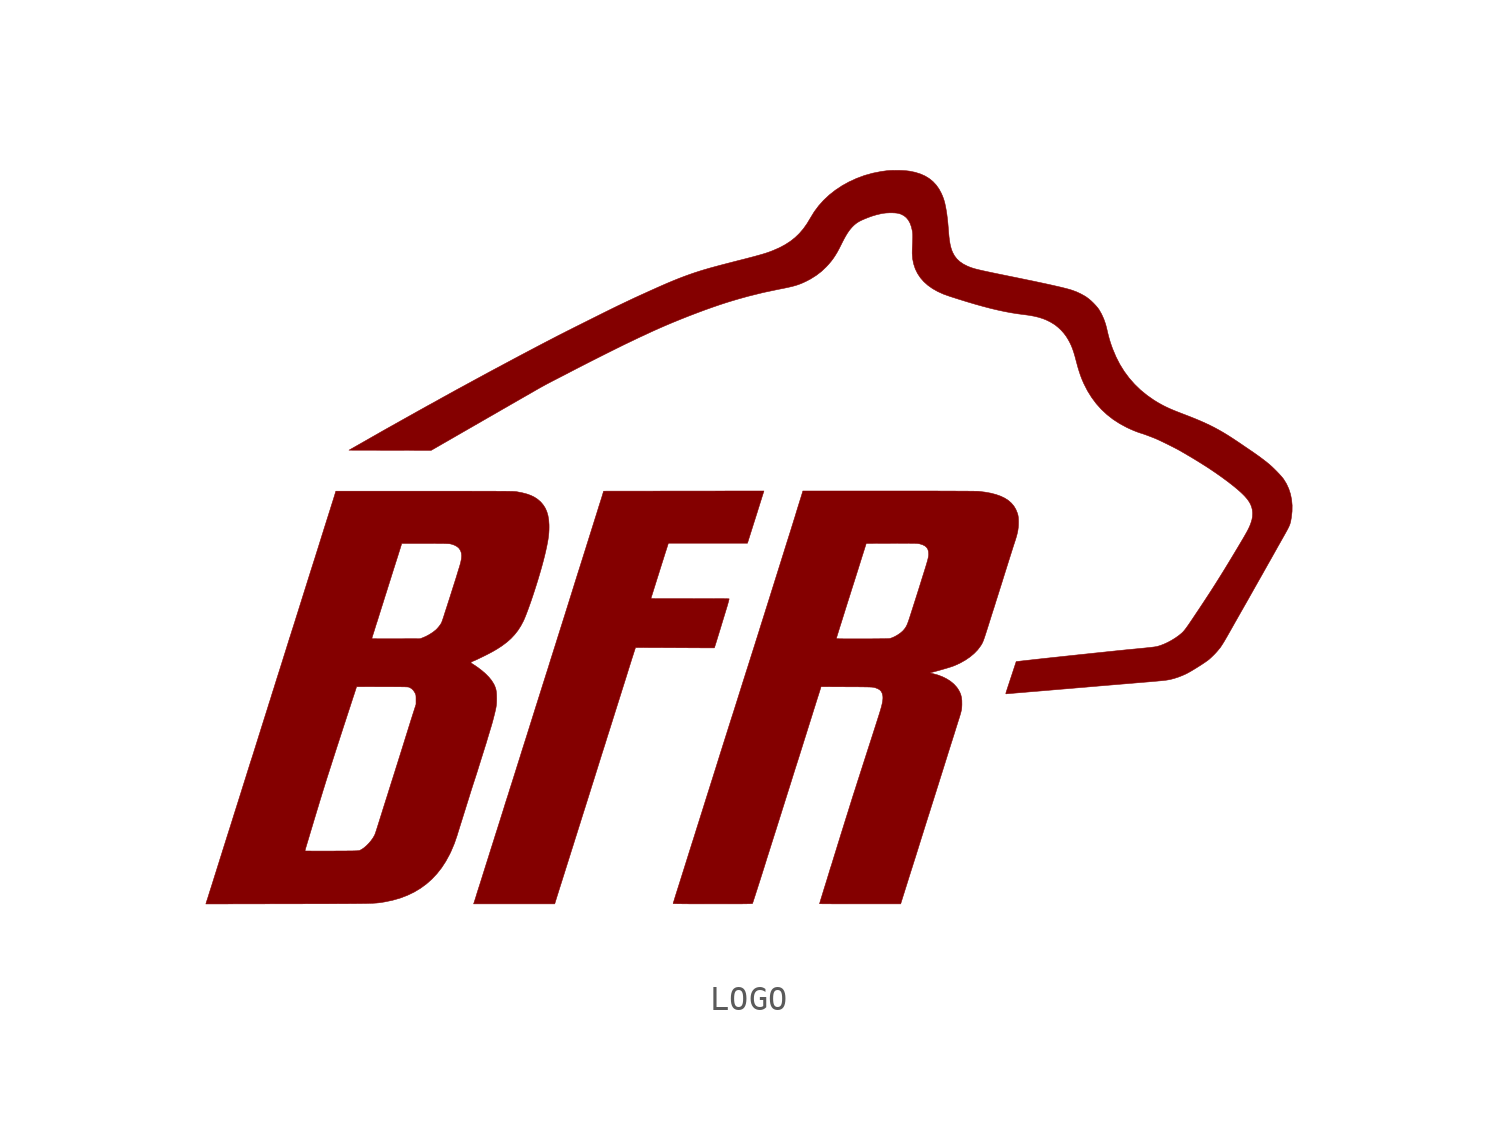
<source format=kicad_sym>
(kicad_symbol_lib
  (version 20220914)
  (generator "bitmap2component")
  (generator_version "9.0")
  (symbol "LOGO"
    (pin_names
      (offset 1.016))
    (property "Reference" "#G"
      (at 0 14.376 0)
      (effects (font (size 1.27 1.27)) hide))
    (symbol "LOGO_0_0"
      (polyline (pts (xy -18.854 -14.993) (xy -18.62 -14.993) (xy -18.268 -14.992) (xy -17.942 -14.991) (xy -17.64 -14.991) (xy -17.363 -14.99) (xy -17.108 -14.989) (xy -16.875 -14.989) (xy -16.662 -14.988) (xy -16.468 -14.987) (xy -16.293 -14.986) (xy -16.135 -14.985) (xy -15.992 -14.983) (xy -15.865 -14.982) (xy -15.751 -14.98) (xy -15.65 -14.979) (xy -15.56 -14.976) (xy -15.48 -14.974) (xy -15.41 -14.972) (xy -15.348 -14.969) (xy -15.292 -14.965) (xy -15.243 -14.962) (xy -15.198 -14.958) (xy -15.156 -14.954) (xy -15.117 -14.949) (xy -15.079 -14.944) (xy -15.042 -14.939) (xy -15.003 -14.933) (xy -14.962 -14.926) (xy -14.904 -14.917) (xy -14.575 -14.849) (xy -14.264 -14.76) (xy -13.97 -14.648) (xy -13.693 -14.515) (xy -13.434 -14.36) (xy -13.192 -14.183) (xy -12.967 -13.984) (xy -12.76 -13.763) (xy -12.569 -13.52) (xy -12.397 -13.256) (xy -12.241 -12.969) (xy -12.187 -12.857) (xy -12.049 -12.532) (xy -11.934 -12.197) (xy -11.929 -12.181) (xy -11.914 -12.13) (xy -11.891 -12.056) (xy -11.862 -11.963) (xy -11.828 -11.854) (xy -11.79 -11.732) (xy -11.748 -11.6) (xy -11.705 -11.461) (xy -11.66 -11.318) (xy -11.636 -11.24) (xy -11.592 -11.101) (xy -11.552 -10.971) (xy -11.514 -10.85) (xy -11.48 -10.742) (xy -11.451 -10.65) (xy -11.428 -10.576) (xy -11.412 -10.523) (xy -11.403 -10.494) (xy -11.4 -10.484) (xy -11.386 -10.44) (xy -11.366 -10.376) (xy -11.34 -10.295) (xy -11.31 -10.201) (xy -11.277 -10.098) (xy -11.242 -9.991) (xy -11.229 -9.95) (xy -11.194 -9.844) (xy -11.162 -9.744) (xy -11.133 -9.655) (xy -11.109 -9.579) (xy -11.091 -9.523) (xy -11.081 -9.488) (xy -11.08 -9.485) (xy -11.062 -9.428) (xy -11.041 -9.359) (xy -11.02 -9.293) (xy -11.02 -9.293) (xy -11.004 -9.243) (xy -10.983 -9.174) (xy -10.957 -9.091) (xy -10.928 -9) (xy -10.899 -8.909) (xy -10.899 -8.907) (xy -10.87 -8.816) (xy -10.842 -8.727) (xy -10.817 -8.646) (xy -10.796 -8.579) (xy -10.781 -8.532) (xy -10.779 -8.527) (xy -10.761 -8.469) (xy -10.744 -8.416) (xy -10.733 -8.378) (xy -10.73 -8.366) (xy -10.717 -8.323) (xy -10.699 -8.261) (xy -10.676 -8.184) (xy -10.649 -8.095) (xy -10.62 -8) (xy -10.591 -7.903) (xy -10.562 -7.809) (xy -10.536 -7.722) (xy -10.534 -7.714) (xy -10.502 -7.605) (xy -10.468 -7.48) (xy -10.434 -7.348) (xy -10.401 -7.218) (xy -10.373 -7.098) (xy -10.351 -6.996) (xy -10.347 -6.975) (xy -10.336 -6.907) (xy -10.328 -6.842) (xy -10.323 -6.771) (xy -10.32 -6.688) (xy -10.319 -6.584) (xy -10.32 -6.555) (xy -10.322 -6.436) (xy -10.33 -6.337) (xy -10.343 -6.252) (xy -10.364 -6.174) (xy -10.393 -6.096) (xy -10.431 -6.014) (xy -10.441 -5.997) (xy -10.522 -5.867) (xy -10.629 -5.734) (xy -10.76 -5.599) (xy -10.914 -5.464) (xy -11.089 -5.33) (xy -11.284 -5.199) (xy -11.298 -5.191) (xy -11.342 -5.161) (xy -11.366 -5.14) (xy -11.369 -5.122) (xy -11.35 -5.105) (xy -11.307 -5.084) (xy -11.24 -5.055) (xy -11.217 -5.046) (xy -11.143 -5.013) (xy -11.053 -4.97) (xy -10.951 -4.921) (xy -10.844 -4.869) (xy -10.737 -4.816) (xy -10.636 -4.764) (xy -10.547 -4.717) (xy -10.475 -4.678) (xy -10.305 -4.579) (xy -10.091 -4.439) (xy -9.901 -4.296) (xy -9.733 -4.147) (xy -9.585 -3.989) (xy -9.453 -3.821) (xy -9.335 -3.639) (xy -9.23 -3.442) (xy -9.195 -3.366) (xy -9.145 -3.247) (xy -9.09 -3.106) (xy -9.03 -2.946) (xy -8.967 -2.771) (xy -8.901 -2.583) (xy -8.834 -2.384) (xy -8.767 -2.179) (xy -8.7 -1.969) (xy -8.634 -1.758) (xy -8.572 -1.549) (xy -8.512 -1.345) (xy -8.457 -1.148) (xy -8.407 -0.962) (xy -8.363 -0.789) (xy -8.362 -0.786) (xy -8.314 -0.582) (xy -8.274 -0.401) (xy -8.242 -0.239) (xy -8.216 -0.092) (xy -8.198 0.042) (xy -8.185 0.169) (xy -8.178 0.29) (xy -8.176 0.411) (xy -8.177 0.508) (xy -8.191 0.703) (xy -8.22 0.877) (xy -8.265 1.034) (xy -8.326 1.175) (xy -8.405 1.303) (xy -8.502 1.42) (xy -8.534 1.453) (xy -8.648 1.55) (xy -8.776 1.634) (xy -8.922 1.705) (xy -9.088 1.764) (xy -9.276 1.813) (xy -9.488 1.853) (xy -9.493 1.854) (xy -9.511 1.856) (xy -9.531 1.859) (xy -9.553 1.861) (xy -9.58 1.863) (xy -9.612 1.865) (xy -9.649 1.867) (xy -9.694 1.868) (xy -9.747 1.869) (xy -9.809 1.871) (xy -9.881 1.872) (xy -9.964 1.873) (xy -10.06 1.874) (xy -10.169 1.875) (xy -10.292 1.875) (xy -10.431 1.876) (xy -10.586 1.876) (xy -10.758 1.877) (xy -10.95 1.877) (xy -11.16 1.877) (xy -11.392 1.878) (xy -11.645 1.878) (xy -11.921 1.878) (xy -12.22 1.878) (xy -12.544 1.878) (xy -12.894 1.878) (xy -13.271 1.878) (xy -16.894 1.878) (xy -16.904 1.843) (xy -16.923 1.78) (xy -16.946 1.704) (xy -16.971 1.624) (xy -16.994 1.548) (xy -17.015 1.483) (xy -17.029 1.438) (xy -17.038 1.41) (xy -17.058 1.348) (xy -17.076 1.292) (xy -17.079 1.28) (xy -17.093 1.236) (xy -17.112 1.173) (xy -17.137 1.095) (xy -17.165 1.007) (xy -17.194 0.915) (xy -17.196 0.907) (xy -17.221 0.829) (xy -17.253 0.729) (xy -17.29 0.611) (xy -17.332 0.478) (xy -17.377 0.336) (xy -17.423 0.187) (xy -17.471 0.037) (xy -17.517 -0.112) (xy -17.535 -0.167) (xy -17.578 -0.306) (xy -17.619 -0.438) (xy -17.658 -0.56) (xy -17.693 -0.671) (xy -17.723 -0.767) (xy -17.747 -0.845) (xy -17.765 -0.902) (xy -17.776 -0.935) (xy -17.778 -0.942) (xy -17.802 -1.016) (xy -17.833 -1.114) (xy -17.871 -1.233) (xy -17.915 -1.371) (xy -17.964 -1.526) (xy -18.017 -1.694) (xy -18.073 -1.873) (xy -18.132 -2.061) (xy -18.193 -2.254) (xy -18.255 -2.451) (xy -18.317 -2.65) (xy -18.379 -2.846) (xy -18.439 -3.038) (xy -18.498 -3.224) (xy -18.553 -3.4) (xy -18.567 -3.446) (xy -18.593 -3.527) (xy -18.616 -3.6) (xy -18.635 -3.66) (xy -18.648 -3.7) (xy -18.649 -3.704) (xy -18.667 -3.758) (xy -18.688 -3.824) (xy -18.708 -3.889) (xy -18.73 -3.959) (xy -18.756 -4.04) (xy -18.779 -4.112) (xy -18.782 -4.123) (xy -18.791 -4.15) (xy -15.423 -4.15) (xy -15.42 -4.137) (xy -15.41 -4.102) (xy -15.395 -4.052) (xy -15.376 -3.992) (xy -15.366 -3.962) (xy -15.338 -3.874) (xy -15.309 -3.782) (xy -15.284 -3.7) (xy -15.271 -3.658) (xy -15.249 -3.587) (xy -15.229 -3.524) (xy -15.213 -3.477) (xy -15.2 -3.437) (xy -15.179 -3.372) (xy -15.16 -3.309) (xy -15.157 -3.301) (xy -15.144 -3.259) (xy -15.124 -3.195) (xy -15.098 -3.111) (xy -15.066 -3.011) (xy -15.031 -2.898) (xy -14.992 -2.776) (xy -14.951 -2.647) (xy -14.91 -2.514) (xy -14.868 -2.38) (xy -14.826 -2.25) (xy -14.787 -2.125) (xy -14.751 -2.01) (xy -14.718 -1.906) (xy -14.708 -1.873) (xy -14.674 -1.767) (xy -14.637 -1.651) (xy -14.602 -1.537) (xy -14.57 -1.438) (xy -14.56 -1.405) (xy -14.529 -1.305) (xy -14.495 -1.201) (xy -14.464 -1.102) (xy -14.438 -1.019) (xy -14.414 -0.947) (xy -14.385 -0.854) (xy -14.352 -0.751) (xy -14.319 -0.645) (xy -14.287 -0.544) (xy -14.198 -0.258) (xy -13.257 -0.258) (xy -13.229 -0.258) (xy -13.032 -0.258) (xy -12.862 -0.259) (xy -12.716 -0.26) (xy -12.592 -0.261) (xy -12.489 -0.262) (xy -12.404 -0.264) (xy -12.336 -0.267) (xy -12.283 -0.27) (xy -12.244 -0.273) (xy -12.216 -0.277) (xy -12.139 -0.296) (xy -12.041 -0.332) (xy -11.954 -0.378) (xy -11.886 -0.43) (xy -11.848 -0.471) (xy -11.794 -0.556) (xy -11.762 -0.654) (xy -11.751 -0.766) (xy -11.761 -0.894) (xy -11.791 -1.04) (xy -11.809 -1.106) (xy -11.828 -1.173) (xy -11.844 -1.228) (xy -11.855 -1.264) (xy -11.863 -1.286) (xy -11.879 -1.337) (xy -11.898 -1.399) (xy -11.918 -1.466) (xy -11.93 -1.504) (xy -11.953 -1.582) (xy -11.976 -1.657) (xy -11.995 -1.718) (xy -12.003 -1.742) (xy -12.021 -1.799) (xy -12.045 -1.874) (xy -12.073 -1.962) (xy -12.104 -2.059) (xy -12.135 -2.157) (xy -12.176 -2.287) (xy -12.228 -2.451) (xy -12.275 -2.598) (xy -12.317 -2.727) (xy -12.351 -2.835) (xy -12.379 -2.918) (xy -12.386 -2.941) (xy -12.403 -2.995) (xy -12.426 -3.064) (xy -12.451 -3.143) (xy -12.477 -3.226) (xy -12.495 -3.281) (xy -12.521 -3.359) (xy -12.545 -3.427) (xy -12.565 -3.48) (xy -12.579 -3.512) (xy -12.589 -3.53) (xy -12.634 -3.598) (xy -12.69 -3.671) (xy -12.751 -3.741) (xy -12.808 -3.797) (xy -12.928 -3.892) (xy -13.068 -3.982) (xy -13.214 -4.061) (xy -13.357 -4.121) (xy -13.447 -4.154) (xy -14.435 -4.158) (xy -14.514 -4.158) (xy -14.685 -4.159) (xy -14.843 -4.159) (xy -14.986 -4.158) (xy -15.112 -4.158) (xy -15.219 -4.157) (xy -15.306 -4.155) (xy -15.37 -4.154) (xy -15.409 -4.152) (xy -15.423 -4.15) (xy -18.791 -4.15) (xy -18.799 -4.175) (xy -18.822 -4.247) (xy -18.849 -4.335) (xy -18.881 -4.435) (xy -18.914 -4.542) (xy -18.948 -4.651) (xy -18.982 -4.758) (xy -19.013 -4.857) (xy -19.041 -4.945) (xy -19.063 -5.018) (xy -19.079 -5.069) (xy -19.085 -5.086) (xy -19.1 -5.135) (xy -19.122 -5.205) (xy -19.149 -5.29) (xy -19.18 -5.389) (xy -19.214 -5.495) (xy -19.249 -5.606) (xy -19.271 -5.675) (xy -19.305 -5.781) (xy -19.336 -5.88) (xy -19.363 -5.968) (xy -19.386 -6.04) (xy -19.402 -6.093) (xy -19.411 -6.123) (xy -19.419 -6.149) (xy -19.439 -6.211) (xy -19.458 -6.27) (xy -19.467 -6.296) (xy -19.485 -6.354) (xy -19.507 -6.423) (xy -19.528 -6.493) (xy -19.541 -6.535) (xy -19.563 -6.606) (xy -19.583 -6.67) (xy -19.599 -6.716) (xy -19.608 -6.745) (xy -19.628 -6.807) (xy -19.645 -6.863) (xy -19.649 -6.875) (xy -19.662 -6.919) (xy -19.682 -6.982) (xy -19.706 -7.06) (xy -19.734 -7.148) (xy -19.763 -7.24) (xy -19.766 -7.248) (xy -19.79 -7.326) (xy -19.822 -7.426) (xy -19.859 -7.544) (xy -19.901 -7.677) (xy -19.946 -7.819) (xy -19.992 -7.968) (xy -20.04 -8.118) (xy -20.086 -8.267) (xy -20.105 -8.327) (xy -20.148 -8.463) (xy -20.188 -8.593) (xy -20.226 -8.712) (xy -20.259 -8.819) (xy -20.288 -8.91) (xy -20.311 -8.983) (xy -20.328 -9.034) (xy -20.337 -9.062) (xy -20.35 -9.103) (xy -20.378 -9.187) (xy -20.411 -9.291) (xy -20.45 -9.416) (xy -20.497 -9.565) (xy -20.51 -9.607) (xy -20.538 -9.695) (xy -20.57 -9.799) (xy -20.607 -9.916) (xy -20.647 -10.043) (xy -20.689 -10.176) (xy -20.732 -10.313) (xy -20.775 -10.451) (xy -20.818 -10.587) (xy -20.859 -10.717) (xy -20.897 -10.838) (xy -20.932 -10.948) (xy -20.962 -11.044) (xy -20.987 -11.122) (xy -21.005 -11.179) (xy -21.016 -11.213) (xy -21.024 -11.239) (xy -21.044 -11.301) (xy -21.068 -11.378) (xy -21.094 -11.463) (xy -21.121 -11.548) (xy -21.137 -11.601) (xy -21.163 -11.682) (xy -21.186 -11.756) (xy -21.204 -11.816) (xy -21.217 -11.855) (xy -21.22 -11.864) (xy -21.238 -11.919) (xy -21.259 -11.985) (xy -21.28 -12.051) (xy -21.282 -12.058) (xy -21.305 -12.13) (xy -21.33 -12.208) (xy -21.351 -12.274) (xy -21.36 -12.302) (xy -21.376 -12.355) (xy -21.4 -12.43) (xy -21.429 -12.523) (xy -21.464 -12.632) (xy -21.502 -12.754) (xy -21.526 -12.832) (xy -18.154 -12.832) (xy -18.153 -12.824) (xy -18.147 -12.795) (xy -18.135 -12.749) (xy -18.119 -12.692) (xy -18.114 -12.676) (xy -18.096 -12.614) (xy -18.072 -12.535) (xy -18.044 -12.443) (xy -18.015 -12.345) (xy -17.985 -12.246) (xy -17.944 -12.106) (xy -17.89 -11.928) (xy -17.835 -11.745) (xy -17.78 -11.56) (xy -17.724 -11.377) (xy -17.671 -11.199) (xy -17.619 -11.03) (xy -17.572 -10.873) (xy -17.529 -10.733) (xy -17.492 -10.612) (xy -17.462 -10.515) (xy -17.458 -10.502) (xy -17.409 -10.341) (xy -17.363 -10.196) (xy -17.324 -10.068) (xy -17.291 -9.961) (xy -17.264 -9.877) (xy -17.245 -9.816) (xy -17.235 -9.786) (xy -17.215 -9.723) (xy -17.19 -9.646) (xy -17.162 -9.56) (xy -17.135 -9.474) (xy -17.101 -9.37) (xy -17.029 -9.143) (xy -16.961 -8.932) (xy -16.897 -8.732) (xy -16.835 -8.54) (xy -16.773 -8.351) (xy -16.712 -8.161) (xy -16.648 -7.965) (xy -16.582 -7.76) (xy -16.51 -7.541) (xy -16.433 -7.304) (xy -16.348 -7.045) (xy -16.346 -7.038) (xy -16.31 -6.93) (xy -16.27 -6.805) (xy -16.227 -6.674) (xy -16.186 -6.547) (xy -16.148 -6.434) (xy -16.045 -6.116) (xy -14.998 -6.117) (xy -14.873 -6.117) (xy -14.692 -6.117) (xy -14.536 -6.117) (xy -14.402 -6.118) (xy -14.289 -6.119) (xy -14.195 -6.12) (xy -14.118 -6.121) (xy -14.056 -6.123) (xy -14.008 -6.125) (xy -13.97 -6.127) (xy -13.941 -6.13) (xy -13.92 -6.133) (xy -13.904 -6.137) (xy -13.891 -6.142) (xy -13.89 -6.142) (xy -13.799 -6.194) (xy -13.721 -6.269) (xy -13.661 -6.364) (xy -13.656 -6.374) (xy -13.639 -6.41) (xy -13.627 -6.442) (xy -13.62 -6.474) (xy -13.617 -6.515) (xy -13.615 -6.57) (xy -13.615 -6.646) (xy -13.615 -6.835) (xy -13.729 -7.191) (xy -13.751 -7.258) (xy -13.786 -7.37) (xy -13.822 -7.481) (xy -13.855 -7.587) (xy -13.883 -7.678) (xy -13.906 -7.75) (xy -13.909 -7.759) (xy -13.929 -7.824) (xy -13.955 -7.908) (xy -13.987 -8.01) (xy -14.024 -8.127) (xy -14.064 -8.256) (xy -14.107 -8.394) (xy -14.152 -8.538) (xy -14.198 -8.686) (xy -14.245 -8.835) (xy -14.291 -8.982) (xy -14.336 -9.124) (xy -14.378 -9.259) (xy -14.418 -9.384) (xy -14.453 -9.496) (xy -14.483 -9.593) (xy -14.508 -9.671) (xy -14.526 -9.728) (xy -14.536 -9.761) (xy -14.54 -9.772) (xy -14.568 -9.861) (xy -14.602 -9.968) (xy -14.639 -10.084) (xy -14.675 -10.201) (xy -14.71 -10.31) (xy -14.739 -10.403) (xy -14.752 -10.446) (xy -14.774 -10.516) (xy -14.794 -10.58) (xy -14.809 -10.626) (xy -14.823 -10.669) (xy -14.839 -10.72) (xy -14.858 -10.779) (xy -14.88 -10.85) (xy -14.907 -10.935) (xy -14.94 -11.039) (xy -14.979 -11.163) (xy -15.025 -11.311) (xy -15.073 -11.464) (xy -15.12 -11.613) (xy -15.16 -11.74) (xy -15.193 -11.845) (xy -15.221 -11.933) (xy -15.244 -12.003) (xy -15.262 -12.059) (xy -15.277 -12.103) (xy -15.29 -12.137) (xy -15.299 -12.162) (xy -15.307 -12.182) (xy -15.315 -12.197) (xy -15.318 -12.203) (xy -15.381 -12.31) (xy -15.459 -12.418) (xy -15.547 -12.521) (xy -15.642 -12.617) (xy -15.739 -12.7) (xy -15.833 -12.766) (xy -15.921 -12.811) (xy -15.932 -12.815) (xy -15.951 -12.818) (xy -15.977 -12.821) (xy -16.012 -12.824) (xy -16.059 -12.826) (xy -16.119 -12.828) (xy -16.194 -12.83) (xy -16.285 -12.831) (xy -16.396 -12.832) (xy -16.527 -12.834) (xy -16.68 -12.834) (xy -16.858 -12.835) (xy -17.062 -12.836) (xy -17.105 -12.836) (xy -17.274 -12.836) (xy -17.435 -12.837) (xy -17.586 -12.837) (xy -17.723 -12.836) (xy -17.845 -12.836) (xy -17.95 -12.835) (xy -18.035 -12.835) (xy -18.099 -12.834) (xy -18.139 -12.833) (xy -18.154 -12.832) (xy -21.526 -12.832) (xy -21.543 -12.886) (xy -21.587 -13.025) (xy -21.633 -13.169) (xy -21.678 -13.315) (xy -21.724 -13.46) (xy -21.768 -13.601) (xy -21.81 -13.736) (xy -21.85 -13.861) (xy -21.885 -13.974) (xy -21.916 -14.072) (xy -21.941 -14.153) (xy -21.96 -14.213) (xy -21.972 -14.25) (xy -21.988 -14.303) (xy -22.01 -14.369) (xy -22.028 -14.425) (xy -22.036 -14.451) (xy -22.055 -14.509) (xy -22.076 -14.578) (xy -22.098 -14.648) (xy -22.112 -14.694) (xy -22.132 -14.757) (xy -22.149 -14.809) (xy -22.16 -14.843) (xy -22.161 -14.846) (xy -22.178 -14.895) (xy -22.193 -14.946) (xy -22.208 -14.999) (xy -18.854 -14.993)) (stroke (width 0.01) (type default)) (fill (type outline)))
      (polyline (pts (xy -9.603 -14.997) (xy -7.945 -14.997) (xy -7.842 -14.665) (xy -7.827 -14.617) (xy -7.794 -14.513) (xy -7.762 -14.41) (xy -7.732 -14.315) (xy -7.706 -14.234) (xy -7.687 -14.173) (xy -7.671 -14.125) (xy -7.643 -14.035) (xy -7.614 -13.944) (xy -7.59 -13.866) (xy -7.586 -13.855) (xy -7.559 -13.77) (xy -7.527 -13.667) (xy -7.492 -13.555) (xy -7.456 -13.442) (xy -7.423 -13.336) (xy -7.394 -13.245) (xy -7.391 -13.235) (xy -7.377 -13.191) (xy -7.356 -13.125) (xy -7.329 -13.039) (xy -7.297 -12.937) (xy -7.261 -12.822) (xy -7.221 -12.697) (xy -7.179 -12.565) (xy -7.137 -12.429) (xy -7.094 -12.292) (xy -7.051 -12.158) (xy -7.011 -12.029) (xy -6.973 -11.909) (xy -6.939 -11.8) (xy -6.909 -11.707) (xy -6.886 -11.631) (xy -6.868 -11.576) (xy -6.867 -11.57) (xy -6.841 -11.49) (xy -6.811 -11.393) (xy -6.777 -11.286) (xy -6.742 -11.176) (xy -6.709 -11.073) (xy -6.698 -11.038) (xy -6.667 -10.939) (xy -6.63 -10.822) (xy -6.589 -10.693) (xy -6.547 -10.559) (xy -6.505 -10.425) (xy -6.465 -10.298) (xy -6.446 -10.236) (xy -6.406 -10.109) (xy -6.365 -9.981) (xy -6.326 -9.857) (xy -6.29 -9.742) (xy -6.259 -9.643) (xy -6.235 -9.565) (xy -6.218 -9.512) (xy -6.182 -9.398) (xy -6.144 -9.276) (xy -6.107 -9.158) (xy -6.075 -9.055) (xy -6.053 -8.986) (xy -6.025 -8.896) (xy -5.999 -8.813) (xy -5.976 -8.743) (xy -5.96 -8.692) (xy -5.957 -8.681) (xy -5.927 -8.589) (xy -5.904 -8.517) (xy -5.885 -8.457) (xy -5.868 -8.402) (xy -5.85 -8.345) (xy -5.83 -8.28) (xy -5.817 -8.238) (xy -5.795 -8.167) (xy -5.775 -8.104) (xy -5.76 -8.057) (xy -5.753 -8.035) (xy -5.737 -7.986) (xy -5.715 -7.917) (xy -5.688 -7.831) (xy -5.657 -7.733) (xy -5.623 -7.625) (xy -5.587 -7.512) (xy -5.563 -7.434) (xy -5.522 -7.306) (xy -5.477 -7.16) (xy -5.427 -7.002) (xy -5.375 -6.837) (xy -5.322 -6.67) (xy -5.271 -6.508) (xy -5.222 -6.353) (xy -5.21 -6.314) (xy -5.168 -6.18) (xy -5.128 -6.054) (xy -5.091 -5.937) (xy -5.058 -5.833) (xy -5.03 -5.744) (xy -5.008 -5.674) (xy -4.993 -5.625) (xy -4.985 -5.599) (xy -4.982 -5.59) (xy -4.966 -5.539) (xy -4.945 -5.47) (xy -4.919 -5.387) (xy -4.89 -5.294) (xy -4.858 -5.193) (xy -4.825 -5.089) (xy -4.792 -4.983) (xy -4.759 -4.881) (xy -4.728 -4.785) (xy -4.701 -4.699) (xy -4.677 -4.625) (xy -4.659 -4.569) (xy -4.646 -4.532) (xy -4.641 -4.518) (xy -4.638 -4.518) (xy -4.612 -4.517) (xy -4.56 -4.517) (xy -4.484 -4.516) (xy -4.387 -4.516) (xy -4.269 -4.517) (xy -4.133 -4.517) (xy -3.981 -4.518) (xy -3.813 -4.518) (xy -3.633 -4.519) (xy -3.441 -4.52) (xy -3.24 -4.521) (xy -3.03 -4.522) (xy -2.934 -4.523) (xy -2.728 -4.524) (xy -2.531 -4.525) (xy -2.344 -4.526) (xy -2.169 -4.527) (xy -2.008 -4.528) (xy -1.863 -4.529) (xy -1.735 -4.529) (xy -1.627 -4.529) (xy -1.539 -4.529) (xy -1.474 -4.529) (xy -1.433 -4.529) (xy -1.419 -4.529) (xy -1.419 -4.528) (xy -1.412 -4.513) (xy -1.399 -4.476) (xy -1.38 -4.415) (xy -1.353 -4.33) (xy -1.319 -4.221) (xy -1.278 -4.087) (xy -1.229 -3.928) (xy -1.172 -3.742) (xy -1.145 -3.653) (xy -1.104 -3.517) (xy -1.059 -3.369) (xy -1.013 -3.219) (xy -0.969 -3.075) (xy -0.93 -2.946) (xy -0.916 -2.901) (xy -0.886 -2.802) (xy -0.861 -2.713) (xy -0.84 -2.637) (xy -0.825 -2.578) (xy -0.816 -2.539) (xy -0.815 -2.524) (xy -0.818 -2.523) (xy -0.844 -2.522) (xy -0.895 -2.521) (xy -0.97 -2.519) (xy -1.067 -2.518) (xy -1.184 -2.518) (xy -1.32 -2.517) (xy -1.472 -2.516) (xy -1.639 -2.516) (xy -1.819 -2.516) (xy -2.01 -2.516) (xy -2.211 -2.516) (xy -2.42 -2.517) (xy -2.532 -2.517) (xy -2.765 -2.517) (xy -2.972 -2.518) (xy -3.155 -2.518) (xy -3.314 -2.518) (xy -3.453 -2.518) (xy -3.572 -2.518) (xy -3.673 -2.518) (xy -3.757 -2.517) (xy -3.826 -2.516) (xy -3.881 -2.515) (xy -3.924 -2.514) (xy -3.955 -2.512) (xy -3.978 -2.51) (xy -3.993 -2.507) (xy -4.002 -2.504) (xy -4.006 -2.501) (xy -4.007 -2.497) (xy -4.006 -2.493) (xy -4.005 -2.492) (xy -3.998 -2.467) (xy -3.984 -2.422) (xy -3.965 -2.364) (xy -3.944 -2.297) (xy -3.94 -2.285) (xy -3.915 -2.204) (xy -3.885 -2.108) (xy -3.854 -2.01) (xy -3.826 -1.92) (xy -3.82 -1.901) (xy -3.792 -1.811) (xy -3.763 -1.718) (xy -3.736 -1.633) (xy -3.714 -1.564) (xy -3.7 -1.521) (xy -3.676 -1.444) (xy -3.648 -1.353) (xy -3.618 -1.258) (xy -3.589 -1.166) (xy -3.55 -1.043) (xy -3.511 -0.92) (xy -3.479 -0.818) (xy -3.453 -0.736) (xy -3.432 -0.669) (xy -3.415 -0.615) (xy -3.401 -0.573) (xy -3.397 -0.561) (xy -3.379 -0.506) (xy -3.358 -0.44) (xy -3.337 -0.373) (xy -3.298 -0.251) (xy -1.682 -0.251) (xy -0.065 -0.251) (xy -0.044 -0.185) (xy -0.035 -0.158) (xy -0.019 -0.105) (xy 0.003 -0.036) (xy 0.028 0.042) (xy 0.054 0.126) (xy 0.057 0.137) (xy 0.087 0.23) (xy 0.122 0.34) (xy 0.159 0.458) (xy 0.196 0.576) (xy 0.231 0.684) (xy 0.245 0.729) (xy 0.275 0.823) (xy 0.302 0.91) (xy 0.326 0.985) (xy 0.345 1.044) (xy 0.356 1.082) (xy 0.359 1.089) (xy 0.37 1.127) (xy 0.389 1.187) (xy 0.413 1.262) (xy 0.44 1.349) (xy 0.469 1.443) (xy 0.5 1.539) (xy 0.529 1.633) (xy 0.557 1.72) (xy 0.581 1.796) (xy 0.6 1.857) (xy 0.609 1.885) (xy -2.668 1.882) (xy -5.946 1.878) (xy -5.956 1.843) (xy -5.96 1.832) (xy -5.978 1.772) (xy -6 1.699) (xy -6.023 1.621) (xy -6.047 1.547) (xy -6.067 1.483) (xy -6.081 1.438) (xy -6.089 1.415) (xy -6.106 1.362) (xy -6.128 1.293) (xy -6.153 1.214) (xy -6.178 1.131) (xy -6.187 1.104) (xy -6.219 1) (xy -6.254 0.888) (xy -6.289 0.779) (xy -6.318 0.684) (xy -6.327 0.658) (xy -6.349 0.587) (xy -6.378 0.494) (xy -6.412 0.386) (xy -6.45 0.264) (xy -6.491 0.135) (xy -6.533 0.001) (xy -6.575 -0.133) (xy -6.622 -0.281) (xy -6.674 -0.449) (xy -6.729 -0.624) (xy -6.785 -0.801) (xy -6.839 -0.973) (xy -6.889 -1.131) (xy -6.933 -1.271) (xy -6.941 -1.296) (xy -6.98 -1.418) (xy -7.017 -1.535) (xy -7.051 -1.643) (xy -7.081 -1.74) (xy -7.106 -1.82) (xy -7.126 -1.882) (xy -7.138 -1.92) (xy -7.16 -1.992) (xy -7.192 -2.095) (xy -7.225 -2.201) (xy -7.256 -2.3) (xy -7.281 -2.381) (xy -7.287 -2.399) (xy -7.306 -2.458) (xy -7.328 -2.528) (xy -7.349 -2.597) (xy -7.356 -2.618) (xy -7.38 -2.696) (xy -7.411 -2.794) (xy -7.447 -2.909) (xy -7.488 -3.039) (xy -7.532 -3.181) (xy -7.58 -3.332) (xy -7.629 -3.489) (xy -7.68 -3.649) (xy -7.731 -3.81) (xy -7.781 -3.97) (xy -7.83 -4.124) (xy -7.876 -4.272) (xy -7.919 -4.409) (xy -7.958 -4.533) (xy -7.993 -4.641) (xy -8.021 -4.731) (xy -8.043 -4.8) (xy -8.057 -4.845) (xy -8.066 -4.871) (xy -8.085 -4.933) (xy -8.11 -5.01) (xy -8.136 -5.095) (xy -8.163 -5.181) (xy -8.179 -5.234) (xy -8.204 -5.315) (xy -8.227 -5.388) (xy -8.246 -5.448) (xy -8.259 -5.488) (xy -8.26 -5.492) (xy -8.278 -5.546) (xy -8.299 -5.612) (xy -8.319 -5.676) (xy -8.32 -5.679) (xy -8.341 -5.747) (xy -8.364 -5.819) (xy -8.383 -5.879) (xy -8.389 -5.898) (xy -8.405 -5.948) (xy -8.428 -6.019) (xy -8.456 -6.109) (xy -8.489 -6.215) (xy -8.527 -6.334) (xy -8.568 -6.465) (xy -8.612 -6.603) (xy -8.657 -6.747) (xy -8.704 -6.893) (xy -8.75 -7.04) (xy -8.795 -7.184) (xy -8.839 -7.323) (xy -8.88 -7.454) (xy -8.918 -7.575) (xy -8.952 -7.682) (xy -8.98 -7.773) (xy -9.003 -7.846) (xy -9.019 -7.897) (xy -9.028 -7.924) (xy -9.035 -7.946) (xy -9.051 -7.998) (xy -9.073 -8.069) (xy -9.1 -8.153) (xy -9.129 -8.246) (xy -9.16 -8.343) (xy -9.175 -8.389) (xy -9.209 -8.498) (xy -9.244 -8.607) (xy -9.277 -8.711) (xy -9.305 -8.802) (xy -9.328 -8.874) (xy -9.331 -8.886) (xy -9.353 -8.956) (xy -9.381 -9.045) (xy -9.414 -9.149) (xy -9.45 -9.263) (xy -9.487 -9.38) (xy -9.523 -9.495) (xy -9.537 -9.541) (xy -9.571 -9.648) (xy -9.603 -9.749) (xy -9.632 -9.841) (xy -9.656 -9.918) (xy -9.675 -9.976) (xy -9.686 -10.012) (xy -9.7 -10.056) (xy -9.721 -10.123) (xy -9.74 -10.18) (xy -9.748 -10.206) (xy -9.767 -10.264) (xy -9.789 -10.333) (xy -9.81 -10.403) (xy -9.823 -10.445) (xy -9.845 -10.516) (xy -9.865 -10.58) (xy -9.881 -10.626) (xy -9.89 -10.655) (xy -9.908 -10.711) (xy -9.931 -10.782) (xy -9.957 -10.863) (xy -9.983 -10.947) (xy -10.002 -11.011) (xy -10.031 -11.103) (xy -10.063 -11.206) (xy -10.098 -11.316) (xy -10.134 -11.43) (xy -10.17 -11.545) (xy -10.205 -11.657) (xy -10.239 -11.763) (xy -10.269 -11.859) (xy -10.295 -11.942) (xy -10.316 -12.008) (xy -10.332 -12.055) (xy -10.339 -12.079) (xy -10.339 -12.079) (xy -10.348 -12.106) (xy -10.363 -12.153) (xy -10.382 -12.213) (xy -10.403 -12.281) (xy -10.423 -12.347) (xy -10.446 -12.418) (xy -10.466 -12.481) (xy -10.48 -12.525) (xy -10.486 -12.545) (xy -10.503 -12.598) (xy -10.525 -12.666) (xy -10.55 -12.744) (xy -10.575 -12.826) (xy -10.594 -12.884) (xy -10.626 -12.987) (xy -10.661 -13.1) (xy -10.697 -13.212) (xy -10.729 -13.314) (xy -10.749 -13.376) (xy -10.785 -13.491) (xy -10.823 -13.613) (xy -10.86 -13.729) (xy -10.892 -13.831) (xy -10.906 -13.877) (xy -10.948 -14.009) (xy -10.982 -14.119) (xy -11.011 -14.209) (xy -11.034 -14.281) (xy -11.053 -14.339) (xy -11.068 -14.386) (xy -11.08 -14.425) (xy -11.089 -14.451) (xy -11.107 -14.509) (xy -11.129 -14.578) (xy -11.15 -14.648) (xy -11.164 -14.695) (xy -11.183 -14.756) (xy -11.199 -14.806) (xy -11.209 -14.836) (xy -11.211 -14.845) (xy -11.226 -14.89) (xy -11.242 -14.938) (xy -11.261 -14.997) (xy -9.603 -14.997)) (stroke (width 0.01) (type default)) (fill (type outline)))
      (polyline (pts (xy 6.2 -14.997) (xy 6.26 -14.805) (xy 6.265 -14.79) (xy 6.293 -14.699) (xy 6.326 -14.595) (xy 6.359 -14.491) (xy 6.388 -14.396) (xy 6.396 -14.371) (xy 6.428 -14.271) (xy 6.463 -14.159) (xy 6.498 -14.048) (xy 6.528 -13.95) (xy 6.545 -13.896) (xy 6.571 -13.815) (xy 6.594 -13.742) (xy 6.613 -13.682) (xy 6.625 -13.643) (xy 6.642 -13.591) (xy 6.659 -13.539) (xy 6.676 -13.485) (xy 6.694 -13.428) (xy 6.714 -13.364) (xy 6.737 -13.292) (xy 6.763 -13.209) (xy 6.794 -13.113) (xy 6.829 -13.002) (xy 6.869 -12.873) (xy 6.916 -12.724) (xy 6.969 -12.553) (xy 7.03 -12.358) (xy 7.077 -12.209) (xy 7.126 -12.054) (xy 7.171 -11.908) (xy 7.214 -11.773) (xy 7.252 -11.651) (xy 7.286 -11.544) (xy 7.314 -11.455) (xy 7.336 -11.386) (xy 7.351 -11.34) (xy 7.358 -11.318) (xy 7.369 -11.284) (xy 7.386 -11.23) (xy 7.407 -11.164) (xy 7.429 -11.094) (xy 7.449 -11.028) (xy 7.472 -10.957) (xy 7.491 -10.894) (xy 7.506 -10.85) (xy 7.512 -10.83) (xy 7.529 -10.777) (xy 7.551 -10.709) (xy 7.575 -10.631) (xy 7.601 -10.55) (xy 7.619 -10.491) (xy 7.652 -10.388) (xy 7.687 -10.275) (xy 7.723 -10.163) (xy 7.755 -10.061) (xy 7.758 -10.051) (xy 7.78 -9.98) (xy 7.809 -9.887) (xy 7.844 -9.776) (xy 7.884 -9.65) (xy 7.927 -9.514) (xy 7.972 -9.37) (xy 8.018 -9.223) (xy 8.064 -9.076) (xy 8.077 -9.036) (xy 8.121 -8.893) (xy 8.165 -8.753) (xy 8.207 -8.62) (xy 8.246 -8.496) (xy 8.281 -8.386) (xy 8.311 -8.293) (xy 8.334 -8.219) (xy 8.35 -8.169) (xy 8.355 -8.154) (xy 8.379 -8.079) (xy 8.401 -8.009) (xy 8.419 -7.95) (xy 8.431 -7.91) (xy 8.433 -7.904) (xy 8.446 -7.864) (xy 8.464 -7.804) (xy 8.488 -7.729) (xy 8.515 -7.644) (xy 8.543 -7.554) (xy 8.573 -7.461) (xy 8.608 -7.351) (xy 8.635 -7.26) (xy 8.656 -7.186) (xy 8.672 -7.123) (xy 8.684 -7.069) (xy 8.692 -7.018) (xy 8.697 -6.968) (xy 8.7 -6.915) (xy 8.703 -6.853) (xy 8.703 -6.832) (xy 8.701 -6.683) (xy 8.686 -6.553) (xy 8.656 -6.435) (xy 8.61 -6.324) (xy 8.545 -6.212) (xy 8.49 -6.135) (xy 8.375 -6.009) (xy 8.237 -5.895) (xy 8.078 -5.794) (xy 7.901 -5.706) (xy 7.707 -5.634) (xy 7.498 -5.578) (xy 7.479 -5.573) (xy 7.435 -5.562) (xy 7.407 -5.553) (xy 7.401 -5.549) (xy 7.402 -5.548) (xy 7.426 -5.542) (xy 7.468 -5.531) (xy 7.519 -5.518) (xy 7.553 -5.509) (xy 7.673 -5.477) (xy 7.796 -5.443) (xy 7.918 -5.408) (xy 8.035 -5.374) (xy 8.143 -5.342) (xy 8.236 -5.313) (xy 8.312 -5.288) (xy 8.364 -5.269) (xy 8.43 -5.242) (xy 8.653 -5.138) (xy 8.858 -5.021) (xy 9.044 -4.892) (xy 9.208 -4.754) (xy 9.349 -4.608) (xy 9.464 -4.454) (xy 9.475 -4.438) (xy 9.493 -4.41) (xy 9.509 -4.383) (xy 9.525 -4.356) (xy 9.54 -4.326) (xy 9.556 -4.292) (xy 9.573 -4.252) (xy 9.591 -4.205) (xy 9.612 -4.147) (xy 9.636 -4.077) (xy 9.663 -3.994) (xy 9.695 -3.896) (xy 9.732 -3.78) (xy 9.775 -3.645) (xy 9.824 -3.489) (xy 9.88 -3.311) (xy 9.944 -3.107) (xy 9.946 -3.101) (xy 9.967 -3.036) (xy 9.988 -2.97) (xy 10.005 -2.918) (xy 10.014 -2.892) (xy 10.032 -2.834) (xy 10.054 -2.765) (xy 10.075 -2.695) (xy 10.089 -2.65) (xy 10.109 -2.585) (xy 10.127 -2.53) (xy 10.139 -2.493) (xy 10.14 -2.49) (xy 10.15 -2.459) (xy 10.167 -2.406) (xy 10.189 -2.335) (xy 10.216 -2.25) (xy 10.246 -2.154) (xy 10.278 -2.053) (xy 10.331 -1.886) (xy 10.414 -1.619) (xy 10.492 -1.371) (xy 10.563 -1.145) (xy 10.628 -0.939) (xy 10.686 -0.755) (xy 10.737 -0.595) (xy 10.78 -0.458) (xy 10.816 -0.345) (xy 10.845 -0.257) (xy 10.865 -0.196) (xy 10.903 -0.079) (xy 10.942 0.054) (xy 10.972 0.172) (xy 10.993 0.28) (xy 11.007 0.385) (xy 11.015 0.492) (xy 11.017 0.608) (xy 11.017 0.632) (xy 11.015 0.726) (xy 11.01 0.8) (xy 11.002 0.861) (xy 10.991 0.915) (xy 10.971 0.981) (xy 10.91 1.131) (xy 10.829 1.267) (xy 10.727 1.389) (xy 10.604 1.497) (xy 10.459 1.591) (xy 10.291 1.672) (xy 10.1 1.74) (xy 9.886 1.796) (xy 9.647 1.839) (xy 9.384 1.871) (xy 9.359 1.872) (xy 9.304 1.874) (xy 9.221 1.875) (xy 9.11 1.877) (xy 8.973 1.878) (xy 8.808 1.879) (xy 8.617 1.88) (xy 8.399 1.881) (xy 8.154 1.882) (xy 7.883 1.883) (xy 7.586 1.884) (xy 7.263 1.884) (xy 6.914 1.885) (xy 6.54 1.885) (xy 6.14 1.885) (xy 5.715 1.885) (xy 2.2 1.885) (xy 2.187 1.84) (xy 2.187 1.837) (xy 2.177 1.807) (xy 2.162 1.755) (xy 2.14 1.685) (xy 2.114 1.6) (xy 2.084 1.505) (xy 2.053 1.403) (xy 2.047 1.385) (xy 2.015 1.283) (xy 1.985 1.187) (xy 1.959 1.102) (xy 1.937 1.031) (xy 1.921 0.979) (xy 1.913 0.95) (xy 1.909 0.938) (xy 1.896 0.895) (xy 1.877 0.831) (xy 1.851 0.749) (xy 1.821 0.653) (xy 1.788 0.546) (xy 1.752 0.432) (xy 1.716 0.315) (xy 1.679 0.197) (xy 1.643 0.083) (xy 1.609 -0.024) (xy 1.579 -0.12) (xy 1.552 -0.202) (xy 1.544 -0.229) (xy 1.524 -0.293) (xy 1.499 -0.372) (xy 1.472 -0.459) (xy 1.445 -0.544) (xy 1.437 -0.572) (xy 1.405 -0.675) (xy 1.369 -0.787) (xy 1.335 -0.897) (xy 1.306 -0.991) (xy 1.252 -1.161) (xy 1.169 -1.426) (xy 1.089 -1.68) (xy 1.014 -1.92) (xy 0.943 -2.145) (xy 0.878 -2.353) (xy 0.818 -2.544) (xy 0.764 -2.715) (xy 0.717 -2.865) (xy 0.676 -2.993) (xy 0.644 -3.098) (xy 0.619 -3.177) (xy 0.606 -3.218) (xy 0.564 -3.351) (xy 0.529 -3.461) (xy 0.5 -3.552) (xy 0.477 -3.627) (xy 0.457 -3.69) (xy 0.44 -3.744) (xy 0.426 -3.791) (xy 0.418 -3.817) (xy 0.401 -3.871) (xy 0.377 -3.945) (xy 0.348 -4.039) (xy 0.314 -4.148) (xy 0.312 -4.151) (xy 3.568 -4.151) (xy 3.571 -4.139) (xy 3.582 -4.103) (xy 3.599 -4.046) (xy 3.622 -3.971) (xy 3.65 -3.882) (xy 3.681 -3.782) (xy 3.715 -3.672) (xy 3.743 -3.584) (xy 3.777 -3.477) (xy 3.808 -3.378) (xy 3.835 -3.291) (xy 3.857 -3.221) (xy 3.873 -3.17) (xy 3.882 -3.142) (xy 3.894 -3.103) (xy 3.915 -3.037) (xy 3.935 -2.97) (xy 3.957 -2.9) (xy 3.982 -2.823) (xy 4.009 -2.736) (xy 4.04 -2.637) (xy 4.077 -2.522) (xy 4.119 -2.39) (xy 4.167 -2.237) (xy 4.223 -2.06) (xy 4.251 -1.972) (xy 4.296 -1.832) (xy 4.338 -1.699) (xy 4.377 -1.575) (xy 4.412 -1.464) (xy 4.443 -1.368) (xy 4.467 -1.29) (xy 4.485 -1.234) (xy 4.495 -1.201) (xy 4.498 -1.19) (xy 4.513 -1.143) (xy 4.535 -1.074) (xy 4.561 -0.989) (xy 4.592 -0.891) (xy 4.625 -0.786) (xy 4.66 -0.677) (xy 4.792 -0.258) (xy 5.824 -0.254) (xy 5.997 -0.254) (xy 6.172 -0.253) (xy 6.324 -0.253) (xy 6.453 -0.253) (xy 6.562 -0.254) (xy 6.653 -0.255) (xy 6.729 -0.256) (xy 6.79 -0.257) (xy 6.839 -0.259) (xy 6.879 -0.262) (xy 6.91 -0.265) (xy 6.936 -0.269) (xy 6.959 -0.273) (xy 6.99 -0.28) (xy 7.105 -0.317) (xy 7.196 -0.365) (xy 7.264 -0.425) (xy 7.31 -0.499) (xy 7.336 -0.59) (xy 7.343 -0.698) (xy 7.342 -0.726) (xy 7.339 -0.766) (xy 7.332 -0.81) (xy 7.321 -0.863) (xy 7.306 -0.926) (xy 7.285 -1.003) (xy 7.258 -1.095) (xy 7.225 -1.206) (xy 7.184 -1.338) (xy 7.135 -1.494) (xy 7.127 -1.52) (xy 7.107 -1.582) (xy 7.083 -1.659) (xy 7.056 -1.744) (xy 7.03 -1.829) (xy 7.026 -1.843) (xy 6.983 -1.98) (xy 6.941 -2.115) (xy 6.898 -2.249) (xy 6.854 -2.389) (xy 6.807 -2.537) (xy 6.756 -2.697) (xy 6.7 -2.872) (xy 6.638 -3.066) (xy 6.568 -3.284) (xy 6.562 -3.303) (xy 6.523 -3.42) (xy 6.488 -3.515) (xy 6.456 -3.593) (xy 6.423 -3.658) (xy 6.388 -3.714) (xy 6.349 -3.766) (xy 6.303 -3.819) (xy 6.274 -3.849) (xy 6.185 -3.925) (xy 6.08 -3.997) (xy 5.969 -4.061) (xy 5.859 -4.112) (xy 5.757 -4.145) (xy 5.753 -4.146) (xy 5.721 -4.149) (xy 5.666 -4.151) (xy 5.59 -4.153) (xy 5.495 -4.155) (xy 5.385 -4.156) (xy 5.261 -4.158) (xy 5.127 -4.159) (xy 4.985 -4.16) (xy 4.837 -4.161) (xy 4.686 -4.161) (xy 4.535 -4.162) (xy 4.386 -4.162) (xy 4.242 -4.162) (xy 4.105 -4.161) (xy 3.978 -4.16) (xy 3.863 -4.16) (xy 3.764 -4.158) (xy 3.682 -4.157) (xy 3.62 -4.155) (xy 3.581 -4.153) (xy 3.568 -4.151) (xy 0.312 -4.151) (xy 0.275 -4.269) (xy 0.234 -4.401) (xy 0.19 -4.539) (xy 0.145 -4.681) (xy 0.099 -4.825) (xy 0.054 -4.967) (xy 0.011 -5.104) (xy -0.03 -5.234) (xy -0.068 -5.353) (xy -0.102 -5.459) (xy -0.131 -5.549) (xy -0.153 -5.62) (xy -0.173 -5.684) (xy -0.207 -5.791) (xy -0.246 -5.912) (xy -0.286 -6.04) (xy -0.326 -6.166) (xy -0.363 -6.284) (xy -0.405 -6.417) (xy -0.466 -6.611) (xy -0.52 -6.783) (xy -0.567 -6.931) (xy -0.606 -7.055) (xy -0.637 -7.154) (xy -0.661 -7.227) (xy -0.676 -7.275) (xy -0.68 -7.286) (xy -0.696 -7.336) (xy -0.716 -7.396) (xy -0.739 -7.47) (xy -0.768 -7.561) (xy -0.803 -7.672) (xy -0.846 -7.806) (xy -0.853 -7.829) (xy -0.876 -7.903) (xy -0.906 -7.997) (xy -0.941 -8.108) (xy -0.98 -8.231) (xy -1.021 -8.361) (xy -1.064 -8.496) (xy -1.106 -8.63) (xy -1.131 -8.71) (xy -1.171 -8.834) (xy -1.207 -8.95) (xy -1.24 -9.055) (xy -1.269 -9.147) (xy -1.292 -9.222) (xy -1.309 -9.276) (xy -1.319 -9.307) (xy -1.321 -9.312) (xy -1.332 -9.351) (xy -1.351 -9.411) (xy -1.376 -9.49) (xy -1.406 -9.585) (xy -1.44 -9.692) (xy -1.476 -9.807) (xy -1.514 -9.928) (xy -1.541 -10.012) (xy -1.59 -10.167) (xy -1.642 -10.333) (xy -1.696 -10.502) (xy -1.748 -10.667) (xy -1.796 -10.82) (xy -1.838 -10.954) (xy -1.87 -11.056) (xy -1.905 -11.169) (xy -1.939 -11.275) (xy -1.969 -11.37) (xy -1.994 -11.449) (xy -2.013 -11.51) (xy -2.025 -11.548) (xy -2.055 -11.643) (xy -2.091 -11.756) (xy -2.129 -11.876) (xy -2.166 -11.994) (xy -2.199 -12.101) (xy -2.227 -12.19) (xy -2.24 -12.233) (xy -2.263 -12.303) (xy -2.283 -12.367) (xy -2.298 -12.414) (xy -2.304 -12.433) (xy -2.319 -12.479) (xy -2.341 -12.547) (xy -2.368 -12.634) (xy -2.4 -12.735) (xy -2.436 -12.848) (xy -2.474 -12.97) (xy -2.514 -13.098) (xy -2.524 -13.129) (xy -2.57 -13.276) (xy -2.619 -13.432) (xy -2.668 -13.589) (xy -2.717 -13.743) (xy -2.762 -13.887) (xy -2.803 -14.016) (xy -2.837 -14.124) (xy -2.849 -14.162) (xy -2.894 -14.305) (xy -2.932 -14.424) (xy -2.963 -14.523) (xy -2.989 -14.604) (xy -3.01 -14.672) (xy -3.027 -14.727) (xy -3.041 -14.774) (xy -3.054 -14.815) (xy -3.065 -14.854) (xy -3.079 -14.897) (xy -3.092 -14.935) (xy -3.1 -14.955) (xy -3.102 -14.96) (xy -3.1 -14.983) (xy -3.1 -14.983) (xy -3.081 -14.985) (xy -3.034 -14.987) (xy -2.961 -14.989) (xy -2.862 -14.991) (xy -2.737 -14.992) (xy -2.587 -14.994) (xy -2.413 -14.995) (xy -2.214 -14.995) (xy -1.992 -14.996) (xy -1.748 -14.997) (xy -1.48 -14.997) (xy -1.403 -14.997) (xy -1.155 -14.997) (xy -0.934 -14.997) (xy -0.738 -14.996) (xy -0.566 -14.996) (xy -0.415 -14.995) (xy -0.286 -14.995) (xy -0.177 -14.993) (xy -0.086 -14.992) (xy -0.013 -14.991) (xy 0.045 -14.989) (xy 0.088 -14.987) (xy 0.118 -14.985) (xy 0.135 -14.982) (xy 0.142 -14.98) (xy 0.145 -14.973) (xy 0.155 -14.942) (xy 0.173 -14.89) (xy 0.196 -14.818) (xy 0.225 -14.73) (xy 0.258 -14.628) (xy 0.294 -14.515) (xy 0.333 -14.395) (xy 0.373 -14.269) (xy 0.414 -14.141) (xy 0.455 -14.014) (xy 0.494 -13.89) (xy 0.532 -13.772) (xy 0.566 -13.663) (xy 0.597 -13.566) (xy 0.623 -13.484) (xy 0.643 -13.419) (xy 0.648 -13.401) (xy 0.664 -13.351) (xy 0.682 -13.294) (xy 0.702 -13.228) (xy 0.726 -13.151) (xy 0.754 -13.062) (xy 0.788 -12.957) (xy 0.827 -12.834) (xy 0.872 -12.691) (xy 0.924 -12.526) (xy 0.984 -12.337) (xy 1.013 -12.246) (xy 1.057 -12.107) (xy 1.099 -11.976) (xy 1.137 -11.855) (xy 1.171 -11.747) (xy 1.2 -11.655) (xy 1.224 -11.581) (xy 1.24 -11.528) (xy 1.249 -11.499) (xy 1.251 -11.493) (xy 1.263 -11.455) (xy 1.282 -11.395) (xy 1.307 -11.316) (xy 1.337 -11.221) (xy 1.37 -11.114) (xy 1.407 -10.998) (xy 1.445 -10.878) (xy 1.471 -10.794) (xy 1.52 -10.639) (xy 1.572 -10.473) (xy 1.626 -10.304) (xy 1.678 -10.139) (xy 1.726 -9.986) (xy 1.768 -9.851) (xy 1.791 -9.777) (xy 1.834 -9.641) (xy 1.87 -9.526) (xy 1.901 -9.428) (xy 1.928 -9.344) (xy 1.952 -9.269) (xy 1.974 -9.2) (xy 1.996 -9.132) (xy 2.018 -9.062) (xy 2.025 -9.042) (xy 2.041 -8.99) (xy 2.063 -8.922) (xy 2.087 -8.844) (xy 2.113 -8.762) (xy 2.142 -8.67) (xy 2.182 -8.543) (xy 2.226 -8.402) (xy 2.273 -8.252) (xy 2.323 -8.095) (xy 2.373 -7.934) (xy 2.424 -7.772) (xy 2.474 -7.612) (xy 2.523 -7.458) (xy 2.569 -7.312) (xy 2.611 -7.177) (xy 2.648 -7.057) (xy 2.681 -6.955) (xy 2.707 -6.873) (xy 2.725 -6.814) (xy 2.746 -6.747) (xy 2.772 -6.665) (xy 2.795 -6.591) (xy 2.814 -6.532) (xy 2.827 -6.493) (xy 2.836 -6.464) (xy 2.855 -6.405) (xy 2.877 -6.336) (xy 2.899 -6.266) (xy 2.945 -6.115) (xy 3.986 -6.12) (xy 4.088 -6.12) (xy 4.272 -6.121) (xy 4.431 -6.122) (xy 4.568 -6.123) (xy 4.683 -6.125) (xy 4.78 -6.126) (xy 4.86 -6.128) (xy 4.926 -6.13) (xy 4.978 -6.132) (xy 5.021 -6.134) (xy 5.054 -6.138) (xy 5.082 -6.141) (xy 5.104 -6.145) (xy 5.125 -6.15) (xy 5.161 -6.16) (xy 5.263 -6.198) (xy 5.342 -6.245) (xy 5.4 -6.305) (xy 5.44 -6.379) (xy 5.465 -6.472) (xy 5.466 -6.472) (xy 5.473 -6.54) (xy 5.472 -6.617) (xy 5.462 -6.708) (xy 5.442 -6.813) (xy 5.412 -6.937) (xy 5.371 -7.08) (xy 5.32 -7.247) (xy 5.273 -7.394) (xy 5.17 -7.717) (xy 5.073 -8.02) (xy 4.981 -8.306) (xy 4.892 -8.581) (xy 4.882 -8.611) (xy 4.844 -8.729) (xy 4.806 -8.848) (xy 4.769 -8.963) (xy 4.736 -9.067) (xy 4.707 -9.155) (xy 4.686 -9.223) (xy 4.676 -9.252) (xy 4.649 -9.336) (xy 4.617 -9.438) (xy 4.581 -9.548) (xy 4.545 -9.66) (xy 4.511 -9.768) (xy 4.491 -9.829) (xy 4.459 -9.927) (xy 4.429 -10.02) (xy 4.403 -10.103) (xy 4.382 -10.169) (xy 4.367 -10.214) (xy 4.366 -10.22) (xy 4.343 -10.292) (xy 4.317 -10.372) (xy 4.293 -10.445) (xy 4.289 -10.456) (xy 4.269 -10.519) (xy 4.244 -10.597) (xy 4.217 -10.683) (xy 4.191 -10.766) (xy 4.178 -10.807) (xy 4.152 -10.892) (xy 4.12 -10.993) (xy 4.086 -11.103) (xy 4.051 -11.216) (xy 4.016 -11.325) (xy 4.005 -11.362) (xy 3.955 -11.519) (xy 3.903 -11.686) (xy 3.849 -11.86) (xy 3.793 -12.039) (xy 3.737 -12.218) (xy 3.683 -12.394) (xy 3.629 -12.566) (xy 3.579 -12.729) (xy 3.532 -12.881) (xy 3.489 -13.019) (xy 3.452 -13.139) (xy 3.422 -13.238) (xy 3.399 -13.314) (xy 3.386 -13.355) (xy 3.368 -13.414) (xy 3.353 -13.46) (xy 3.343 -13.487) (xy 3.333 -13.514) (xy 3.319 -13.56) (xy 3.304 -13.613) (xy 3.296 -13.64) (xy 3.279 -13.694) (xy 3.257 -13.769) (xy 3.229 -13.859) (xy 3.198 -13.961) (xy 3.164 -14.072) (xy 3.128 -14.187) (xy 3.127 -14.191) (xy 3.071 -14.369) (xy 3.024 -14.522) (xy 2.985 -14.65) (xy 2.952 -14.756) (xy 2.926 -14.84) (xy 2.907 -14.905) (xy 2.894 -14.95) (xy 2.886 -14.977) (xy 2.883 -14.989) (xy 2.889 -14.99) (xy 2.921 -14.991) (xy 2.977 -14.992) (xy 3.057 -14.992) (xy 3.158 -14.993) (xy 3.279 -14.994) (xy 3.419 -14.995) (xy 3.575 -14.995) (xy 3.745 -14.996) (xy 3.929 -14.996) (xy 4.124 -14.997) (xy 4.329 -14.997) (xy 4.542 -14.997) (xy 6.2 -14.997)) (stroke (width 0.01) (type default)) (fill (type outline)))
      (polyline (pts (xy 10.515 -6.409) (xy 10.55 -6.406) (xy 10.605 -6.401) (xy 10.674 -6.396) (xy 10.753 -6.389) (xy 10.791 -6.385) (xy 10.861 -6.379) (xy 10.955 -6.371) (xy 11.069 -6.362) (xy 11.202 -6.351) (xy 11.351 -6.338) (xy 11.513 -6.324) (xy 11.686 -6.31) (xy 11.868 -6.295) (xy 12.055 -6.279) (xy 12.246 -6.263) (xy 12.377 -6.252) (xy 12.588 -6.234) (xy 12.774 -6.218) (xy 12.938 -6.205) (xy 13.083 -6.193) (xy 13.21 -6.182) (xy 13.323 -6.172) (xy 13.423 -6.164) (xy 13.513 -6.156) (xy 13.595 -6.149) (xy 13.671 -6.143) (xy 13.745 -6.137) (xy 13.817 -6.131) (xy 13.891 -6.124) (xy 13.969 -6.118) (xy 14.053 -6.11) (xy 14.145 -6.103) (xy 14.206 -6.097) (xy 14.278 -6.091) (xy 14.345 -6.085) (xy 14.409 -6.08) (xy 14.472 -6.075) (xy 14.537 -6.069) (xy 14.606 -6.063) (xy 14.682 -6.057) (xy 14.766 -6.05) (xy 14.862 -6.042) (xy 14.972 -6.033) (xy 15.097 -6.022) (xy 15.241 -6.01) (xy 15.406 -5.997) (xy 15.594 -5.981) (xy 15.807 -5.963) (xy 15.916 -5.954) (xy 16.116 -5.937) (xy 16.291 -5.923) (xy 16.444 -5.91) (xy 16.575 -5.898) (xy 16.688 -5.888) (xy 16.784 -5.879) (xy 16.865 -5.872) (xy 16.934 -5.864) (xy 16.991 -5.858) (xy 17.04 -5.852) (xy 17.082 -5.846) (xy 17.119 -5.84) (xy 17.154 -5.834) (xy 17.188 -5.828) (xy 17.213 -5.823) (xy 17.378 -5.781) (xy 17.553 -5.724) (xy 17.729 -5.655) (xy 17.898 -5.577) (xy 17.913 -5.569) (xy 17.986 -5.529) (xy 18.075 -5.479) (xy 18.173 -5.42) (xy 18.278 -5.356) (xy 18.385 -5.289) (xy 18.49 -5.222) (xy 18.587 -5.158) (xy 18.673 -5.099) (xy 18.744 -5.049) (xy 18.795 -5.01) (xy 18.818 -4.991) (xy 18.888 -4.928) (xy 18.965 -4.854) (xy 19.041 -4.778) (xy 19.109 -4.705) (xy 19.163 -4.643) (xy 19.18 -4.622) (xy 19.213 -4.581) (xy 19.238 -4.551) (xy 19.251 -4.538) (xy 19.261 -4.525) (xy 19.283 -4.493) (xy 19.314 -4.447) (xy 19.35 -4.391) (xy 19.359 -4.377) (xy 19.379 -4.346) (xy 19.399 -4.313) (xy 19.421 -4.278) (xy 19.445 -4.237) (xy 19.473 -4.189) (xy 19.506 -4.132) (xy 19.546 -4.063) (xy 19.593 -3.98) (xy 19.649 -3.882) (xy 19.715 -3.765) (xy 19.792 -3.629) (xy 19.881 -3.47) (xy 19.918 -3.406) (xy 19.972 -3.31) (xy 20.025 -3.217) (xy 20.073 -3.132) (xy 20.113 -3.061) (xy 20.143 -3.009) (xy 20.159 -2.982) (xy 20.206 -2.899) (xy 20.264 -2.796) (xy 20.331 -2.679) (xy 20.405 -2.549) (xy 20.483 -2.41) (xy 20.564 -2.267) (xy 20.645 -2.122) (xy 20.672 -2.075) (xy 20.728 -1.976) (xy 20.786 -1.873) (xy 20.842 -1.774) (xy 20.89 -1.69) (xy 20.914 -1.647) (xy 20.967 -1.554) (xy 21.025 -1.451) (xy 21.082 -1.349) (xy 21.134 -1.257) (xy 21.166 -1.2) (xy 21.217 -1.109) (xy 21.268 -1.019) (xy 21.314 -0.938) (xy 21.351 -0.873) (xy 21.352 -0.87) (xy 21.394 -0.796) (xy 21.443 -0.709) (xy 21.493 -0.619) (xy 21.539 -0.537) (xy 21.541 -0.535) (xy 21.587 -0.452) (xy 21.637 -0.362) (xy 21.686 -0.276) (xy 21.728 -0.202) (xy 21.747 -0.168) (xy 21.827 -0.026) (xy 21.895 0.094) (xy 21.952 0.196) (xy 21.999 0.282) (xy 22.037 0.355) (xy 22.068 0.417) (xy 22.092 0.471) (xy 22.111 0.519) (xy 22.125 0.564) (xy 22.137 0.609) (xy 22.148 0.656) (xy 22.157 0.709) (xy 22.168 0.768) (xy 22.174 0.806) (xy 22.202 1.054) (xy 22.205 1.297) (xy 22.183 1.533) (xy 22.137 1.76) (xy 22.067 1.975) (xy 21.974 2.178) (xy 21.858 2.367) (xy 21.822 2.414) (xy 21.761 2.487) (xy 21.685 2.571) (xy 21.601 2.66) (xy 21.511 2.751) (xy 21.42 2.84) (xy 21.333 2.921) (xy 21.253 2.99) (xy 21.19 3.042) (xy 21.074 3.133) (xy 20.943 3.232) (xy 20.801 3.336) (xy 20.653 3.441) (xy 20.506 3.542) (xy 20.447 3.582) (xy 20.352 3.647) (xy 20.252 3.714) (xy 20.159 3.778) (xy 20.08 3.832) (xy 19.973 3.904) (xy 19.768 4.04) (xy 19.575 4.164) (xy 19.389 4.277) (xy 19.207 4.381) (xy 19.025 4.48) (xy 18.84 4.573) (xy 18.646 4.664) (xy 18.442 4.755) (xy 18.222 4.847) (xy 17.983 4.942) (xy 17.72 5.043) (xy 17.64 5.074) (xy 17.47 5.14) (xy 17.321 5.201) (xy 17.188 5.258) (xy 17.066 5.315) (xy 16.95 5.372) (xy 16.837 5.433) (xy 16.721 5.498) (xy 16.556 5.599) (xy 16.271 5.798) (xy 16.006 6.015) (xy 15.763 6.25) (xy 15.54 6.504) (xy 15.339 6.775) (xy 15.16 7.064) (xy 15.003 7.371) (xy 14.867 7.694) (xy 14.835 7.781) (xy 14.794 7.898) (xy 14.758 8.011) (xy 14.724 8.126) (xy 14.691 8.249) (xy 14.657 8.387) (xy 14.621 8.546) (xy 14.576 8.714) (xy 14.503 8.922) (xy 14.414 9.118) (xy 14.312 9.296) (xy 14.259 9.37) (xy 14.178 9.466) (xy 14.085 9.565) (xy 13.985 9.661) (xy 13.884 9.746) (xy 13.789 9.816) (xy 13.733 9.852) (xy 13.569 9.943) (xy 13.394 10.025) (xy 13.217 10.091) (xy 13.186 10.101) (xy 13.107 10.125) (xy 13.012 10.151) (xy 12.901 10.18) (xy 12.773 10.212) (xy 12.626 10.246) (xy 12.46 10.284) (xy 12.273 10.326) (xy 12.065 10.371) (xy 11.835 10.42) (xy 11.581 10.474) (xy 11.302 10.531) (xy 10.999 10.594) (xy 10.668 10.661) (xy 10.532 10.689) (xy 10.316 10.733) (xy 10.125 10.772) (xy 9.957 10.807) (xy 9.809 10.838) (xy 9.679 10.866) (xy 9.567 10.89) (xy 9.47 10.912) (xy 9.386 10.932) (xy 9.313 10.95) (xy 9.25 10.966) (xy 9.194 10.982) (xy 9.144 10.998) (xy 9.097 11.013) (xy 9.053 11.029) (xy 9.008 11.046) (xy 8.932 11.077) (xy 8.764 11.162) (xy 8.62 11.26) (xy 8.5 11.372) (xy 8.402 11.498) (xy 8.325 11.64) (xy 8.324 11.644) (xy 8.289 11.729) (xy 8.26 11.818) (xy 8.234 11.914) (xy 8.213 12.021) (xy 8.194 12.141) (xy 8.177 12.28) (xy 8.162 12.439) (xy 8.148 12.623) (xy 8.146 12.647) (xy 8.13 12.832) (xy 8.111 13.018) (xy 8.088 13.198) (xy 8.062 13.367) (xy 8.034 13.52) (xy 8.006 13.65) (xy 7.985 13.731) (xy 7.951 13.839) (xy 7.911 13.945) (xy 7.859 14.062) (xy 7.771 14.226) (xy 7.655 14.391) (xy 7.521 14.535) (xy 7.367 14.66) (xy 7.194 14.765) (xy 7.001 14.85) (xy 6.789 14.916) (xy 6.556 14.963) (xy 6.548 14.964) (xy 6.436 14.977) (xy 6.305 14.986) (xy 6.161 14.992) (xy 6.013 14.994) (xy 5.869 14.993) (xy 5.735 14.987) (xy 5.62 14.977) (xy 5.394 14.946) (xy 5.052 14.878) (xy 4.722 14.786) (xy 4.402 14.668) (xy 4.091 14.525) (xy 4.09 14.525) (xy 3.8 14.364) (xy 3.53 14.184) (xy 3.281 13.988) (xy 3.053 13.775) (xy 2.848 13.546) (xy 2.666 13.302) (xy 2.507 13.042) (xy 2.373 12.819) (xy 2.224 12.608) (xy 2.061 12.418) (xy 1.884 12.247) (xy 1.689 12.093) (xy 1.475 11.955) (xy 1.24 11.83) (xy 0.98 11.716) (xy 0.923 11.694) (xy 0.844 11.664) (xy 0.762 11.635) (xy 0.674 11.606) (xy 0.577 11.576) (xy 0.47 11.545) (xy 0.348 11.511) (xy 0.211 11.473) (xy 0.054 11.432) (xy -0.125 11.385) (xy -0.328 11.333) (xy -0.37 11.323) (xy -0.612 11.261) (xy -0.83 11.205) (xy -1.025 11.154) (xy -1.202 11.108) (xy -1.361 11.065) (xy -1.506 11.026) (xy -1.639 10.989) (xy -1.762 10.953) (xy -1.878 10.919) (xy -1.989 10.885) (xy -2.098 10.85) (xy -2.207 10.815) (xy -2.318 10.777) (xy -2.445 10.733) (xy -2.652 10.658) (xy -2.874 10.573) (xy -3.102 10.481) (xy -3.33 10.386) (xy -3.553 10.289) (xy -3.592 10.272) (xy -3.65 10.246) (xy -3.707 10.221) (xy -3.737 10.208) (xy -3.803 10.178) (xy -3.885 10.141) (xy -3.98 10.099) (xy -4.084 10.052) (xy -4.191 10.003) (xy -4.298 9.954) (xy -4.401 9.908) (xy -4.496 9.865) (xy -4.577 9.827) (xy -4.642 9.798) (xy -4.685 9.778) (xy -4.835 9.707) (xy -5.092 9.585) (xy -5.341 9.466) (xy -5.386 9.445) (xy -5.461 9.408) (xy -5.557 9.361) (xy -5.671 9.305) (xy -5.8 9.241) (xy -5.942 9.171) (xy -6.094 9.095) (xy -6.254 9.015) (xy -6.419 8.933) (xy -6.587 8.849) (xy -6.755 8.765) (xy -6.92 8.682) (xy -7.081 8.602) (xy -7.234 8.525) (xy -7.377 8.453) (xy -7.508 8.387) (xy -7.623 8.328) (xy -7.721 8.278) (xy -7.799 8.239) (xy -7.943 8.164) (xy -8.151 8.056) (xy -8.367 7.944) (xy -8.583 7.831) (xy -8.794 7.72) (xy -8.993 7.615) (xy -9.174 7.519) (xy -9.193 7.509) (xy -9.264 7.472) (xy -9.341 7.431) (xy -9.412 7.394) (xy -9.435 7.381) (xy -9.506 7.343) (xy -9.577 7.306) (xy -9.635 7.275) (xy -9.797 7.188) (xy -9.945 7.109) (xy -10.072 7.041) (xy -10.179 6.983) (xy -10.269 6.935) (xy -10.344 6.896) (xy -10.404 6.864) (xy -10.452 6.838) (xy -10.471 6.828) (xy -10.523 6.8) (xy -10.595 6.761) (xy -10.683 6.714) (xy -10.784 6.659) (xy -10.894 6.599) (xy -11.01 6.536) (xy -11.129 6.472) (xy -11.201 6.433) (xy -11.315 6.371) (xy -11.422 6.312) (xy -11.521 6.259) (xy -11.606 6.212) (xy -11.676 6.174) (xy -11.728 6.146) (xy -11.758 6.13) (xy -11.765 6.126) (xy -11.835 6.088) (xy -11.924 6.04) (xy -12.026 5.984) (xy -12.137 5.922) (xy -12.253 5.859) (xy -12.367 5.795) (xy -12.477 5.735) (xy -12.575 5.681) (xy -12.658 5.634) (xy -12.713 5.603) (xy -12.805 5.552) (xy -12.897 5.501) (xy -12.981 5.455) (xy -13.049 5.418) (xy -13.095 5.393) (xy -13.168 5.353) (xy -13.255 5.304) (xy -13.352 5.25) (xy -13.453 5.194) (xy -13.552 5.139) (xy -13.733 5.037) (xy -13.941 4.921) (xy -14.127 4.817) (xy -14.291 4.725) (xy -14.437 4.643) (xy -14.564 4.572) (xy -14.674 4.51) (xy -14.769 4.457) (xy -14.849 4.412) (xy -14.916 4.374) (xy -14.972 4.343) (xy -15.017 4.317) (xy -15.053 4.297) (xy -15.081 4.281) (xy -15.11 4.264) (xy -15.165 4.232) (xy -15.239 4.19) (xy -15.329 4.139) (xy -15.431 4.081) (xy -15.543 4.017) (xy -15.66 3.95) (xy -15.781 3.881) (xy -16.356 3.554) (xy -14.676 3.55) (xy -12.995 3.547) (xy -12.816 3.649) (xy -12.743 3.691) (xy -12.606 3.77) (xy -12.454 3.858) (xy -12.289 3.952) (xy -12.118 4.051) (xy -11.946 4.15) (xy -11.94 4.154) (xy -11.853 4.204) (xy -11.75 4.263) (xy -11.641 4.326) (xy -11.532 4.388) (xy -11.433 4.446) (xy -11.332 4.503) (xy -11.215 4.571) (xy -11.093 4.641) (xy -10.976 4.708) (xy -10.874 4.767) (xy -10.838 4.788) (xy -10.757 4.834) (xy -10.684 4.877) (xy -10.622 4.912) (xy -10.575 4.939) (xy -10.549 4.954) (xy -10.538 4.96) (xy -10.5 4.982) (xy -10.445 5.013) (xy -10.381 5.05) (xy -10.311 5.09) (xy -10.307 5.093) (xy -10.234 5.135) (xy -10.144 5.187) (xy -10.046 5.244) (xy -9.945 5.301) (xy -9.851 5.355) (xy -9.805 5.382) (xy -9.703 5.441) (xy -9.588 5.506) (xy -9.469 5.575) (xy -9.351 5.643) (xy -9.244 5.704) (xy -9.189 5.736) (xy -9.075 5.801) (xy -8.955 5.87) (xy -8.836 5.938) (xy -8.727 6.001) (xy -8.633 6.055) (xy -8.623 6.061) (xy -8.52 6.119) (xy -8.403 6.183) (xy -8.281 6.25) (xy -8.161 6.313) (xy -8.054 6.369) (xy -8.019 6.387) (xy -7.92 6.438) (xy -7.819 6.49) (xy -7.724 6.539) (xy -7.64 6.582) (xy -7.575 6.615) (xy -7.499 6.655) (xy -7.37 6.722) (xy -7.259 6.78) (xy -7.16 6.831) (xy -7.068 6.879) (xy -6.978 6.925) (xy -6.886 6.972) (xy -6.787 7.023) (xy -6.675 7.08) (xy -6.595 7.121) (xy -6.476 7.182) (xy -6.347 7.247) (xy -6.209 7.317) (xy -6.066 7.389) (xy -5.921 7.462) (xy -5.777 7.534) (xy -5.637 7.604) (xy -5.504 7.67) (xy -5.381 7.732) (xy -5.271 7.786) (xy -5.176 7.833) (xy -5.101 7.87) (xy -5.047 7.896) (xy -4.994 7.921) (xy -4.917 7.958) (xy -4.829 8) (xy -4.736 8.044) (xy -4.646 8.088) (xy -4.628 8.096) (xy -4.552 8.133) (xy -4.486 8.164) (xy -4.434 8.189) (xy -4.399 8.205) (xy -4.386 8.211) (xy -4.385 8.211) (xy -4.369 8.218) (xy -4.333 8.234) (xy -4.282 8.258) (xy -4.222 8.286) (xy -4.013 8.384) (xy -3.719 8.517) (xy -3.411 8.651) (xy -3.093 8.785) (xy -2.769 8.917) (xy -2.443 9.046) (xy -2.118 9.17) (xy -1.799 9.289) (xy -1.489 9.399) (xy -1.192 9.501) (xy -0.912 9.592) (xy -0.653 9.671) (xy -0.645 9.673) (xy -0.572 9.695) (xy -0.49 9.719) (xy -0.415 9.741) (xy -0.029 9.848) (xy 0.582 9.999) (xy 1.208 10.131) (xy 1.379 10.164) (xy 1.534 10.196) (xy 1.668 10.226) (xy 1.786 10.254) (xy 1.891 10.283) (xy 1.986 10.313) (xy 2.075 10.345) (xy 2.163 10.38) (xy 2.252 10.42) (xy 2.347 10.465) (xy 2.511 10.551) (xy 2.747 10.699) (xy 2.962 10.864) (xy 3.156 11.048) (xy 3.26 11.161) (xy 3.354 11.273) (xy 3.441 11.387) (xy 3.522 11.509) (xy 3.603 11.642) (xy 3.685 11.793) (xy 3.772 11.965) (xy 3.813 12.048) (xy 3.888 12.194) (xy 3.958 12.319) (xy 4.023 12.426) (xy 4.087 12.52) (xy 4.152 12.603) (xy 4.219 12.679) (xy 4.223 12.683) (xy 4.29 12.749) (xy 4.357 12.807) (xy 4.43 12.86) (xy 4.512 12.909) (xy 4.608 12.957) (xy 4.722 13.007) (xy 4.859 13.062) (xy 5.012 13.118) (xy 5.204 13.176) (xy 5.411 13.225) (xy 5.493 13.239) (xy 5.599 13.251) (xy 5.714 13.257) (xy 5.83 13.259) (xy 5.94 13.255) (xy 6.036 13.247) (xy 6.113 13.234) (xy 6.208 13.204) (xy 6.327 13.144) (xy 6.429 13.063) (xy 6.514 12.96) (xy 6.583 12.836) (xy 6.637 12.688) (xy 6.676 12.518) (xy 6.682 12.481) (xy 6.686 12.441) (xy 6.69 12.399) (xy 6.692 12.35) (xy 6.693 12.291) (xy 6.692 12.221) (xy 6.689 12.135) (xy 6.686 12.03) (xy 6.68 11.904) (xy 6.673 11.753) (xy 6.671 11.604) (xy 6.688 11.378) (xy 6.731 11.166) (xy 6.797 10.966) (xy 6.889 10.779) (xy 7.005 10.605) (xy 7.145 10.444) (xy 7.31 10.296) (xy 7.499 10.162) (xy 7.712 10.041) (xy 7.949 9.934) (xy 8.211 9.841) (xy 8.211 9.84) (xy 8.248 9.829) (xy 8.305 9.811) (xy 8.377 9.788) (xy 8.459 9.762) (xy 8.546 9.734) (xy 8.897 9.625) (xy 9.245 9.522) (xy 9.572 9.431) (xy 9.88 9.35) (xy 10.173 9.281) (xy 10.453 9.221) (xy 10.721 9.171) (xy 10.981 9.13) (xy 11.234 9.097) (xy 11.444 9.069) (xy 11.653 9.031) (xy 11.842 8.986) (xy 12.015 8.931) (xy 12.175 8.866) (xy 12.328 8.789) (xy 12.476 8.699) (xy 12.523 8.667) (xy 12.646 8.567) (xy 12.767 8.452) (xy 12.877 8.328) (xy 12.97 8.203) (xy 12.98 8.187) (xy 13.052 8.07) (xy 13.115 7.954) (xy 13.172 7.834) (xy 13.224 7.705) (xy 13.273 7.563) (xy 13.321 7.403) (xy 13.37 7.219) (xy 13.392 7.136) (xy 13.447 6.934) (xy 13.502 6.756) (xy 13.556 6.596) (xy 13.612 6.45) (xy 13.689 6.273) (xy 13.838 5.981) (xy 14.008 5.709) (xy 14.197 5.455) (xy 14.407 5.221) (xy 14.637 5.007) (xy 14.886 4.812) (xy 15.155 4.638) (xy 15.444 4.482) (xy 15.489 4.461) (xy 15.613 4.404) (xy 15.737 4.351) (xy 15.856 4.304) (xy 15.963 4.266) (xy 16.051 4.238) (xy 16.077 4.23) (xy 16.134 4.211) (xy 16.208 4.185) (xy 16.293 4.154) (xy 16.384 4.119) (xy 16.476 4.084) (xy 16.562 4.05) (xy 16.638 4.019) (xy 16.694 3.994) (xy 16.779 3.955) (xy 16.88 3.907) (xy 16.992 3.853) (xy 17.109 3.796) (xy 17.226 3.737) (xy 17.339 3.68) (xy 17.442 3.627) (xy 17.532 3.58) (xy 17.601 3.541) (xy 17.788 3.434) (xy 18.134 3.23) (xy 18.457 3.032) (xy 18.759 2.84) (xy 19.043 2.65) (xy 19.311 2.462) (xy 19.565 2.275) (xy 19.808 2.086) (xy 19.862 2.042) (xy 20.023 1.906) (xy 20.161 1.78) (xy 20.277 1.663) (xy 20.372 1.551) (xy 20.448 1.443) (xy 20.506 1.338) (xy 20.547 1.233) (xy 20.574 1.127) (xy 20.586 1.018) (xy 20.588 0.964) (xy 20.582 0.834) (xy 20.559 0.707) (xy 20.517 0.573) (xy 20.507 0.544) (xy 20.479 0.472) (xy 20.447 0.399) (xy 20.41 0.322) (xy 20.366 0.237) (xy 20.312 0.141) (xy 20.248 0.028) (xy 20.17 -0.105) (xy 20.02 -0.358) (xy 19.851 -0.64) (xy 19.692 -0.904) (xy 19.541 -1.153) (xy 19.396 -1.39) (xy 19.254 -1.618) (xy 19.114 -1.841) (xy 18.974 -2.062) (xy 18.831 -2.284) (xy 18.683 -2.51) (xy 18.529 -2.744) (xy 18.367 -2.988) (xy 18.298 -3.091) (xy 18.199 -3.239) (xy 18.114 -3.367) (xy 18.04 -3.476) (xy 17.977 -3.569) (xy 17.922 -3.647) (xy 17.875 -3.712) (xy 17.834 -3.767) (xy 17.798 -3.812) (xy 17.765 -3.851) (xy 17.734 -3.884) (xy 17.703 -3.914) (xy 17.672 -3.942) (xy 17.637 -3.97) (xy 17.6 -4.001) (xy 17.556 -4.035) (xy 17.419 -4.131) (xy 17.27 -4.223) (xy 17.116 -4.306) (xy 16.961 -4.377) (xy 16.812 -4.434) (xy 16.676 -4.474) (xy 16.667 -4.476) (xy 16.622 -4.483) (xy 16.555 -4.493) (xy 16.47 -4.503) (xy 16.371 -4.515) (xy 16.264 -4.526) (xy 16.152 -4.538) (xy 16.003 -4.552) (xy 15.815 -4.571) (xy 15.648 -4.587) (xy 15.5 -4.601) (xy 15.367 -4.614) (xy 15.246 -4.627) (xy 15.134 -4.638) (xy 15.027 -4.649) (xy 14.922 -4.66) (xy 14.815 -4.671) (xy 14.81 -4.672) (xy 14.688 -4.684) (xy 14.55 -4.699) (xy 14.408 -4.714) (xy 14.271 -4.728) (xy 14.152 -4.74) (xy 14.013 -4.755) (xy 13.758 -4.782) (xy 13.489 -4.81) (xy 13.21 -4.84) (xy 12.926 -4.87) (xy 12.639 -4.901) (xy 12.356 -4.931) (xy 12.079 -4.961) (xy 11.813 -4.99) (xy 11.563 -5.018) (xy 11.332 -5.044) (xy 11.124 -5.067) (xy 10.923 -5.09) (xy 10.717 -5.716) (xy 10.677 -5.835) (xy 10.638 -5.956) (xy 10.601 -6.067) (xy 10.569 -6.165) (xy 10.542 -6.248) (xy 10.521 -6.312) (xy 10.508 -6.356) (xy 10.502 -6.376) (xy 10.499 -6.398) (xy 10.505 -6.409) (xy 10.515 -6.409)) (stroke (width 0.01) (type default)) (fill (type outline))))))
</source>
